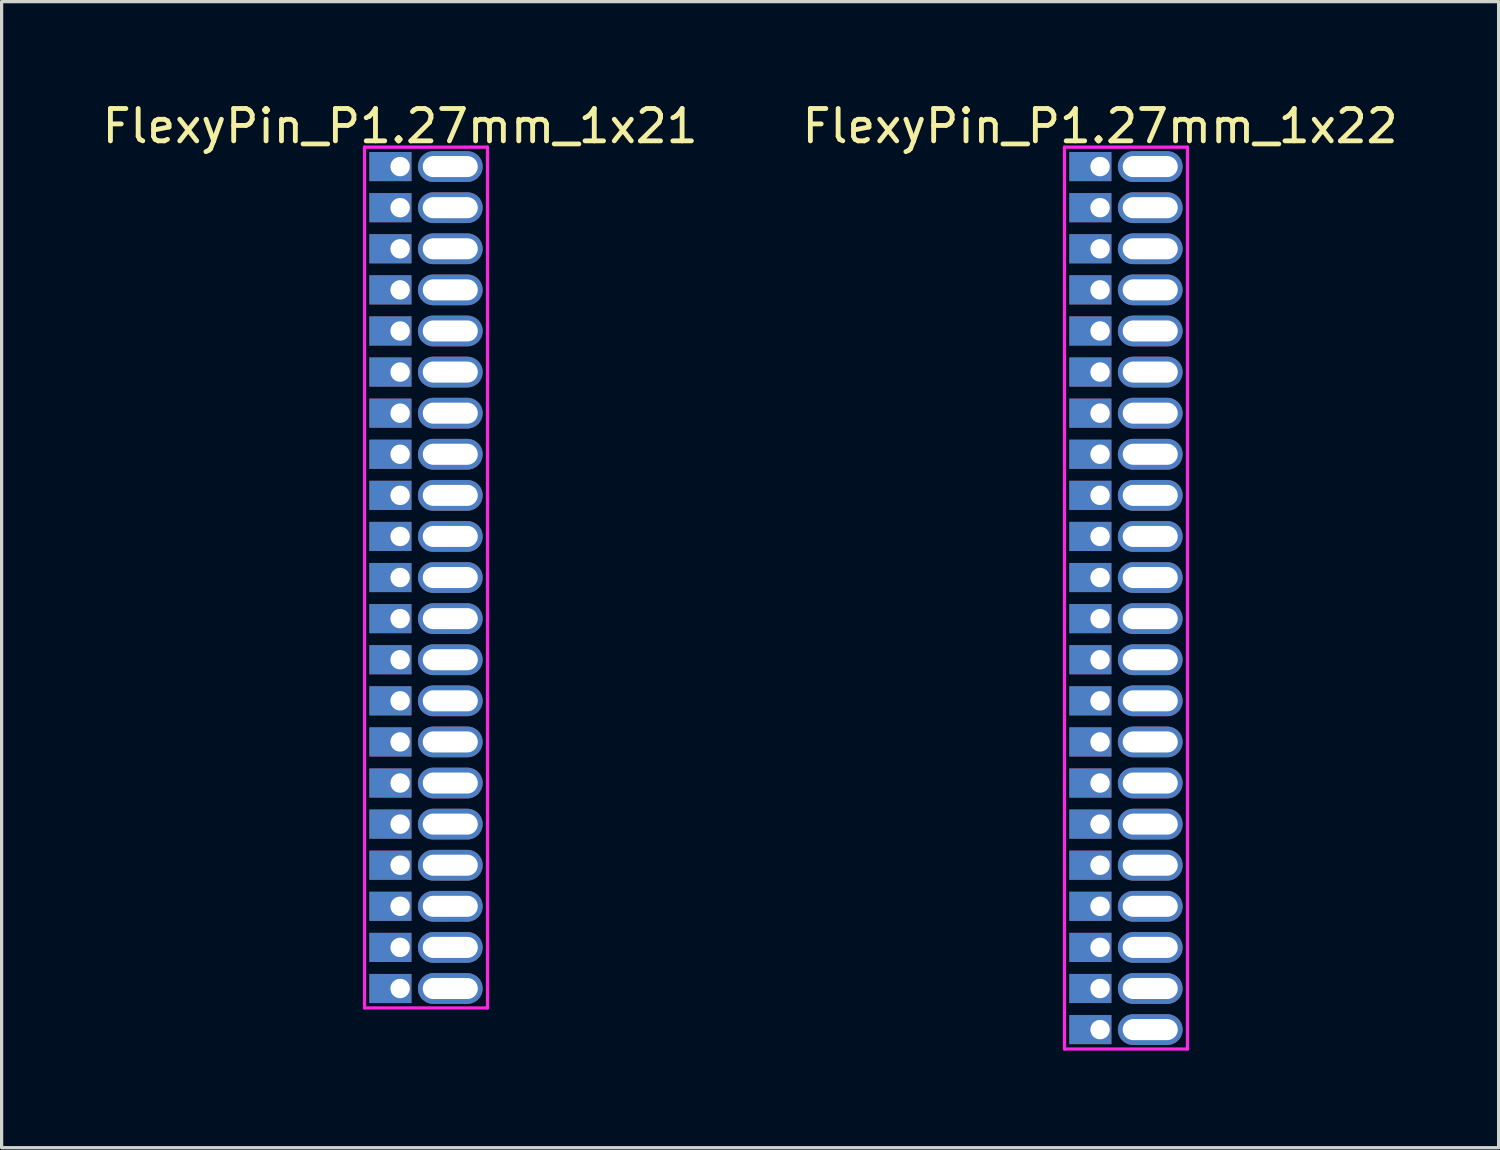
<source format=kicad_pcb>
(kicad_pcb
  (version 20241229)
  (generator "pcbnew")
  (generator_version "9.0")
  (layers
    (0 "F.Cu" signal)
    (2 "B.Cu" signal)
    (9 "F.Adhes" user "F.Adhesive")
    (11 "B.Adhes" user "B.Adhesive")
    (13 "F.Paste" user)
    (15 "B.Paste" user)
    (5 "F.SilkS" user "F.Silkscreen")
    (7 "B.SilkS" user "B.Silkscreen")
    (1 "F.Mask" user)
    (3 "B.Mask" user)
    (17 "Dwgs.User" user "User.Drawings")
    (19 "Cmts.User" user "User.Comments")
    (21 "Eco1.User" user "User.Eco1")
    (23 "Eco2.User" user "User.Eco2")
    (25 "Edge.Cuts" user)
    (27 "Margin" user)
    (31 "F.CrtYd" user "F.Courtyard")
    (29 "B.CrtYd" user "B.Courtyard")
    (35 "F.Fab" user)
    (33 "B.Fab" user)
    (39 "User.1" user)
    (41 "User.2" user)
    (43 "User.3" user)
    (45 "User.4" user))
  (footprint "FlexyPin_P1.27mm_1x22"
    (layer "F.Cu")
    (at 30.946 2.098)
    (property "Reference" "FlexyPin_P1.27mm_1x22" (at 0 -1.25 0) (layer "F.SilkS") (effects (font (size 1 1) (thickness 0.15))))
    (attr through_hole)
    (fp_line (start -1.1 -0.6) (end 2.7 -0.6) (stroke (width 0.1) (type solid)) (layer "F.CrtYd"))
    (fp_line (start -1.1 27.27) (end -1.1 -0.6) (stroke (width 0.1) (type solid)) (layer "F.CrtYd"))
    (fp_line (start 2.7 -0.6) (end 2.7 27.27) (stroke (width 0.1) (type solid)) (layer "F.CrtYd"))
    (fp_line (start 2.7 27.27) (end -1.1 27.27) (stroke (width 0.1) (type solid)) (layer "F.CrtYd"))
    (pad "" thru_hole oval (at 1.55 0) (size 2 0.95) (drill oval 1.7 0.65) (layers "*.Cu" "*.Mask"))
    (pad "" thru_hole oval (at 1.55 1.27) (size 2 0.95) (drill oval 1.7 0.65) (layers "*.Cu" "*.Mask"))
    (pad "" thru_hole oval (at 1.55 2.54) (size 2 0.95) (drill oval 1.7 0.65) (layers "*.Cu" "*.Mask"))
    (pad "" thru_hole oval (at 1.55 3.81) (size 2 0.95) (drill oval 1.7 0.65) (layers "*.Cu" "*.Mask"))
    (pad "" thru_hole oval (at 1.55 5.08) (size 2 0.95) (drill oval 1.7 0.65) (layers "*.Cu" "*.Mask"))
    (pad "" thru_hole oval (at 1.55 6.35) (size 2 0.95) (drill oval 1.7 0.65) (layers "*.Cu" "*.Mask"))
    (pad "" thru_hole oval (at 1.55 7.62) (size 2 0.95) (drill oval 1.7 0.65) (layers "*.Cu" "*.Mask"))
    (pad "" thru_hole oval (at 1.55 8.89) (size 2 0.95) (drill oval 1.7 0.65) (layers "*.Cu" "*.Mask"))
    (pad "" thru_hole oval (at 1.55 10.16) (size 2 0.95) (drill oval 1.7 0.65) (layers "*.Cu" "*.Mask"))
    (pad "" thru_hole oval (at 1.55 11.43) (size 2 0.95) (drill oval 1.7 0.65) (layers "*.Cu" "*.Mask"))
    (pad "" thru_hole oval (at 1.55 12.7) (size 2 0.95) (drill oval 1.7 0.65) (layers "*.Cu" "*.Mask"))
    (pad "" thru_hole oval (at 1.55 13.97) (size 2 0.95) (drill oval 1.7 0.65) (layers "*.Cu" "*.Mask"))
    (pad "" thru_hole oval (at 1.55 15.24) (size 2 0.95) (drill oval 1.7 0.65) (layers "*.Cu" "*.Mask"))
    (pad "" thru_hole oval (at 1.55 16.51) (size 2 0.95) (drill oval 1.7 0.65) (layers "*.Cu" "*.Mask"))
    (pad "" thru_hole oval (at 1.55 17.78) (size 2 0.95) (drill oval 1.7 0.65) (layers "*.Cu" "*.Mask"))
    (pad "" thru_hole oval (at 1.55 19.05) (size 2 0.95) (drill oval 1.7 0.65) (layers "*.Cu" "*.Mask"))
    (pad "" thru_hole oval (at 1.55 20.32) (size 2 0.95) (drill oval 1.7 0.65) (layers "*.Cu" "*.Mask"))
    (pad "" thru_hole oval (at 1.55 21.59) (size 2 0.95) (drill oval 1.7 0.65) (layers "*.Cu" "*.Mask"))
    (pad "" thru_hole oval (at 1.55 22.86) (size 2 0.95) (drill oval 1.7 0.65) (layers "*.Cu" "*.Mask"))
    (pad "" thru_hole oval (at 1.55 24.13) (size 2 0.95) (drill oval 1.7 0.65) (layers "*.Cu" "*.Mask"))
    (pad "" thru_hole oval (at 1.55 25.4) (size 2 0.95) (drill oval 1.7 0.65) (layers "*.Cu" "*.Mask"))
    (pad "" thru_hole oval (at 1.55 26.67) (size 2 0.95) (drill oval 1.7 0.65) (layers "*.Cu" "*.Mask"))
    (pad "1" thru_hole rect (at 0 0) (size 1.3 0.9) (drill 0.6 (offset -0.3 0)) (layers "*.Cu" "*.Mask"))
    (pad "2" thru_hole rect (at 0 1.27) (size 1.3 0.9) (drill 0.6 (offset -0.3 0)) (layers "*.Cu" "*.Mask"))
    (pad "3" thru_hole rect (at 0 2.54) (size 1.3 0.9) (drill 0.6 (offset -0.3 0)) (layers "*.Cu" "*.Mask"))
    (pad "4" thru_hole rect (at 0 3.81) (size 1.3 0.9) (drill 0.6 (offset -0.3 0)) (layers "*.Cu" "*.Mask"))
    (pad "5" thru_hole rect (at 0 5.08) (size 1.3 0.9) (drill 0.6 (offset -0.3 0)) (layers "*.Cu" "*.Mask"))
    (pad "6" thru_hole rect (at 0 6.35) (size 1.3 0.9) (drill 0.6 (offset -0.3 0)) (layers "*.Cu" "*.Mask"))
    (pad "7" thru_hole rect (at 0 7.62) (size 1.3 0.9) (drill 0.6 (offset -0.3 0)) (layers "*.Cu" "*.Mask"))
    (pad "8" thru_hole rect (at 0 8.89) (size 1.3 0.9) (drill 0.6 (offset -0.3 0)) (layers "*.Cu" "*.Mask"))
    (pad "9" thru_hole rect (at 0 10.16) (size 1.3 0.9) (drill 0.6 (offset -0.3 0)) (layers "*.Cu" "*.Mask"))
    (pad "10" thru_hole rect (at 0 11.43) (size 1.3 0.9) (drill 0.6 (offset -0.3 0)) (layers "*.Cu" "*.Mask"))
    (pad "11" thru_hole rect (at 0 12.7) (size 1.3 0.9) (drill 0.6 (offset -0.3 0)) (layers "*.Cu" "*.Mask"))
    (pad "12" thru_hole rect (at 0 13.97) (size 1.3 0.9) (drill 0.6 (offset -0.3 0)) (layers "*.Cu" "*.Mask"))
    (pad "13" thru_hole rect (at 0 15.24) (size 1.3 0.9) (drill 0.6 (offset -0.3 0)) (layers "*.Cu" "*.Mask"))
    (pad "14" thru_hole rect (at 0 16.51) (size 1.3 0.9) (drill 0.6 (offset -0.3 0)) (layers "*.Cu" "*.Mask"))
    (pad "15" thru_hole rect (at 0 17.78) (size 1.3 0.9) (drill 0.6 (offset -0.3 0)) (layers "*.Cu" "*.Mask"))
    (pad "16" thru_hole rect (at 0 19.05) (size 1.3 0.9) (drill 0.6 (offset -0.3 0)) (layers "*.Cu" "*.Mask"))
    (pad "17" thru_hole rect (at 0 20.32) (size 1.3 0.9) (drill 0.6 (offset -0.3 0)) (layers "*.Cu" "*.Mask"))
    (pad "18" thru_hole rect (at 0 21.59) (size 1.3 0.9) (drill 0.6 (offset -0.3 0)) (layers "*.Cu" "*.Mask"))
    (pad "19" thru_hole rect (at 0 22.86) (size 1.3 0.9) (drill 0.6 (offset -0.3 0)) (layers "*.Cu" "*.Mask"))
    (pad "20" thru_hole rect (at 0 24.13) (size 1.3 0.9) (drill 0.6 (offset -0.3 0)) (layers "*.Cu" "*.Mask"))
    (pad "21" thru_hole rect (at 0 25.4) (size 1.3 0.9) (drill 0.6 (offset -0.3 0)) (layers "*.Cu" "*.Mask"))
    (pad "22" thru_hole rect (at 0 26.67) (size 1.3 0.9) (drill 0.6 (offset -0.3 0)) (layers "*.Cu" "*.Mask")))
  (footprint "FlexyPin_P1.27mm_1x21"
    (layer "F.Cu")
    (at 9.315 2.098)
    (property "Reference" "FlexyPin_P1.27mm_1x21" (at 0 -1.25 0) (layer "F.SilkS") (effects (font (size 1 1) (thickness 0.15))))
    (attr through_hole)
    (fp_line (start -1.1 -0.6) (end 2.7 -0.6) (stroke (width 0.1) (type solid)) (layer "F.CrtYd"))
    (fp_line (start -1.1 26) (end -1.1 -0.6) (stroke (width 0.1) (type solid)) (layer "F.CrtYd"))
    (fp_line (start 2.7 -0.6) (end 2.7 26) (stroke (width 0.1) (type solid)) (layer "F.CrtYd"))
    (fp_line (start 2.7 26) (end -1.1 26) (stroke (width 0.1) (type solid)) (layer "F.CrtYd"))
    (pad "" thru_hole oval (at 1.55 0) (size 2 0.95) (drill oval 1.7 0.65) (layers "*.Cu" "*.Mask"))
    (pad "" thru_hole oval (at 1.55 1.27) (size 2 0.95) (drill oval 1.7 0.65) (layers "*.Cu" "*.Mask"))
    (pad "" thru_hole oval (at 1.55 2.54) (size 2 0.95) (drill oval 1.7 0.65) (layers "*.Cu" "*.Mask"))
    (pad "" thru_hole oval (at 1.55 3.81) (size 2 0.95) (drill oval 1.7 0.65) (layers "*.Cu" "*.Mask"))
    (pad "" thru_hole oval (at 1.55 5.08) (size 2 0.95) (drill oval 1.7 0.65) (layers "*.Cu" "*.Mask"))
    (pad "" thru_hole oval (at 1.55 6.35) (size 2 0.95) (drill oval 1.7 0.65) (layers "*.Cu" "*.Mask"))
    (pad "" thru_hole oval (at 1.55 7.62) (size 2 0.95) (drill oval 1.7 0.65) (layers "*.Cu" "*.Mask"))
    (pad "" thru_hole oval (at 1.55 8.89) (size 2 0.95) (drill oval 1.7 0.65) (layers "*.Cu" "*.Mask"))
    (pad "" thru_hole oval (at 1.55 10.16) (size 2 0.95) (drill oval 1.7 0.65) (layers "*.Cu" "*.Mask"))
    (pad "" thru_hole oval (at 1.55 11.43) (size 2 0.95) (drill oval 1.7 0.65) (layers "*.Cu" "*.Mask"))
    (pad "" thru_hole oval (at 1.55 12.7) (size 2 0.95) (drill oval 1.7 0.65) (layers "*.Cu" "*.Mask"))
    (pad "" thru_hole oval (at 1.55 13.97) (size 2 0.95) (drill oval 1.7 0.65) (layers "*.Cu" "*.Mask"))
    (pad "" thru_hole oval (at 1.55 15.24) (size 2 0.95) (drill oval 1.7 0.65) (layers "*.Cu" "*.Mask"))
    (pad "" thru_hole oval (at 1.55 16.51) (size 2 0.95) (drill oval 1.7 0.65) (layers "*.Cu" "*.Mask"))
    (pad "" thru_hole oval (at 1.55 17.78) (size 2 0.95) (drill oval 1.7 0.65) (layers "*.Cu" "*.Mask"))
    (pad "" thru_hole oval (at 1.55 19.05) (size 2 0.95) (drill oval 1.7 0.65) (layers "*.Cu" "*.Mask"))
    (pad "" thru_hole oval (at 1.55 20.32) (size 2 0.95) (drill oval 1.7 0.65) (layers "*.Cu" "*.Mask"))
    (pad "" thru_hole oval (at 1.55 21.59) (size 2 0.95) (drill oval 1.7 0.65) (layers "*.Cu" "*.Mask"))
    (pad "" thru_hole oval (at 1.55 22.86) (size 2 0.95) (drill oval 1.7 0.65) (layers "*.Cu" "*.Mask"))
    (pad "" thru_hole oval (at 1.55 24.13) (size 2 0.95) (drill oval 1.7 0.65) (layers "*.Cu" "*.Mask"))
    (pad "" thru_hole oval (at 1.55 25.4) (size 2 0.95) (drill oval 1.7 0.65) (layers "*.Cu" "*.Mask"))
    (pad "1" thru_hole rect (at 0 0) (size 1.3 0.9) (drill 0.6 (offset -0.3 0)) (layers "*.Cu" "*.Mask"))
    (pad "2" thru_hole rect (at 0 1.27) (size 1.3 0.9) (drill 0.6 (offset -0.3 0)) (layers "*.Cu" "*.Mask"))
    (pad "3" thru_hole rect (at 0 2.54) (size 1.3 0.9) (drill 0.6 (offset -0.3 0)) (layers "*.Cu" "*.Mask"))
    (pad "4" thru_hole rect (at 0 3.81) (size 1.3 0.9) (drill 0.6 (offset -0.3 0)) (layers "*.Cu" "*.Mask"))
    (pad "5" thru_hole rect (at 0 5.08) (size 1.3 0.9) (drill 0.6 (offset -0.3 0)) (layers "*.Cu" "*.Mask"))
    (pad "6" thru_hole rect (at 0 6.35) (size 1.3 0.9) (drill 0.6 (offset -0.3 0)) (layers "*.Cu" "*.Mask"))
    (pad "7" thru_hole rect (at 0 7.62) (size 1.3 0.9) (drill 0.6 (offset -0.3 0)) (layers "*.Cu" "*.Mask"))
    (pad "8" thru_hole rect (at 0 8.89) (size 1.3 0.9) (drill 0.6 (offset -0.3 0)) (layers "*.Cu" "*.Mask"))
    (pad "9" thru_hole rect (at 0 10.16) (size 1.3 0.9) (drill 0.6 (offset -0.3 0)) (layers "*.Cu" "*.Mask"))
    (pad "10" thru_hole rect (at 0 11.43) (size 1.3 0.9) (drill 0.6 (offset -0.3 0)) (layers "*.Cu" "*.Mask"))
    (pad "11" thru_hole rect (at 0 12.7) (size 1.3 0.9) (drill 0.6 (offset -0.3 0)) (layers "*.Cu" "*.Mask"))
    (pad "12" thru_hole rect (at 0 13.97) (size 1.3 0.9) (drill 0.6 (offset -0.3 0)) (layers "*.Cu" "*.Mask"))
    (pad "13" thru_hole rect (at 0 15.24) (size 1.3 0.9) (drill 0.6 (offset -0.3 0)) (layers "*.Cu" "*.Mask"))
    (pad "14" thru_hole rect (at 0 16.51) (size 1.3 0.9) (drill 0.6 (offset -0.3 0)) (layers "*.Cu" "*.Mask"))
    (pad "15" thru_hole rect (at 0 17.78) (size 1.3 0.9) (drill 0.6 (offset -0.3 0)) (layers "*.Cu" "*.Mask"))
    (pad "16" thru_hole rect (at 0 19.05) (size 1.3 0.9) (drill 0.6 (offset -0.3 0)) (layers "*.Cu" "*.Mask"))
    (pad "17" thru_hole rect (at 0 20.32) (size 1.3 0.9) (drill 0.6 (offset -0.3 0)) (layers "*.Cu" "*.Mask"))
    (pad "18" thru_hole rect (at 0 21.59) (size 1.3 0.9) (drill 0.6 (offset -0.3 0)) (layers "*.Cu" "*.Mask"))
    (pad "19" thru_hole rect (at 0 22.86) (size 1.3 0.9) (drill 0.6 (offset -0.3 0)) (layers "*.Cu" "*.Mask"))
    (pad "20" thru_hole rect (at 0 24.13) (size 1.3 0.9) (drill 0.6 (offset -0.3 0)) (layers "*.Cu" "*.Mask"))
    (pad "21" thru_hole rect (at 0 25.4) (size 1.3 0.9) (drill 0.6 (offset -0.3 0)) (layers "*.Cu" "*.Mask")))
  (gr_rect
    (start -3 -3)
    (end 43.262 32.418)
    (stroke (width 0.1) (type default))
    (fill no)
    (layer "Edge.Cuts")))
</source>
